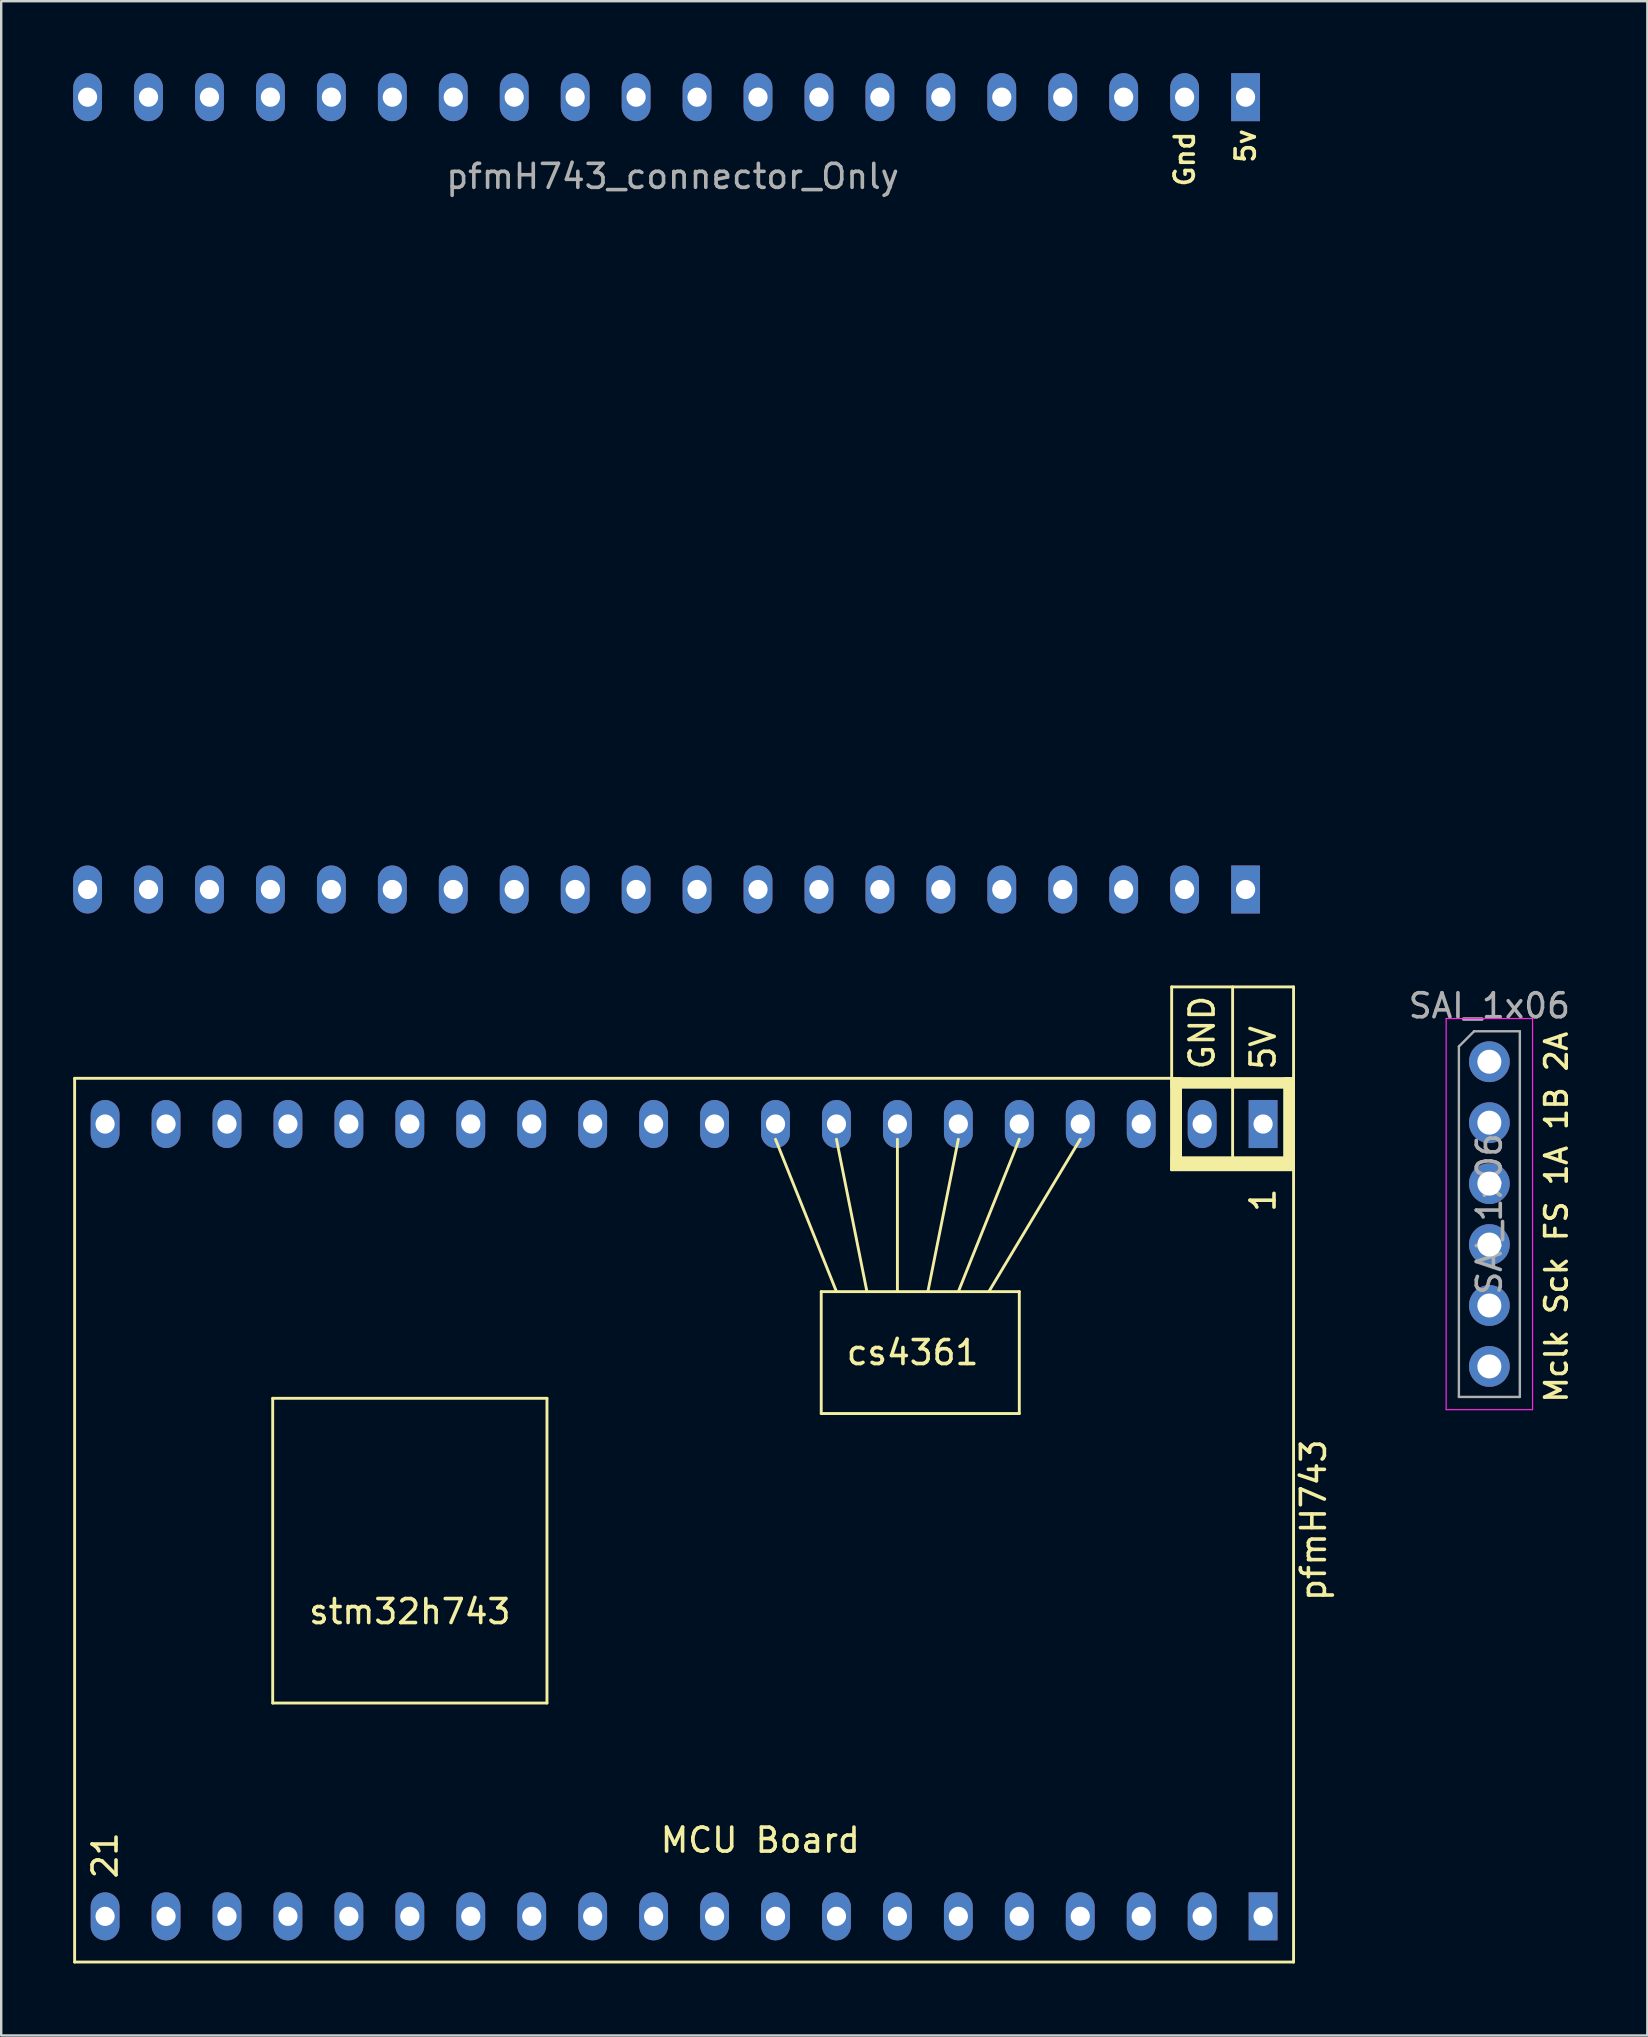
<source format=kicad_pcb>
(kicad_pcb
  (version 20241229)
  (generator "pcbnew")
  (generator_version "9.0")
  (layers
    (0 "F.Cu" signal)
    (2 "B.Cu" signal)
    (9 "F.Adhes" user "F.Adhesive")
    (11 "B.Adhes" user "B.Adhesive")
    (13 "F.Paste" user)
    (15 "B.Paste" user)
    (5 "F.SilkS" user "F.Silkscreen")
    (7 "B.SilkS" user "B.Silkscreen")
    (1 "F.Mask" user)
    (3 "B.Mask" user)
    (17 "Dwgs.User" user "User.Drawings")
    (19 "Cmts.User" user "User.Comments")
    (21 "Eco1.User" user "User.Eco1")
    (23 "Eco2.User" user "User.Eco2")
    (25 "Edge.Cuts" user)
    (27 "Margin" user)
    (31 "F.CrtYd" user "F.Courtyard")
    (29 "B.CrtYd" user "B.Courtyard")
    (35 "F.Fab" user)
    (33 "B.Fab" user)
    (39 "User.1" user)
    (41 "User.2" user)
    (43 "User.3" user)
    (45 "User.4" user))
  (footprint "pfmH743"
    (layer "F.Cu")
    (at 0.695 42.525)
    (property "Reference" "pfmH743" (at 50.995 17.78 270) (layer "F.SilkS") (effects (font (size 1 1) (thickness 0.15))))
    (attr through_hole)
    (fp_line (start -0.635 -0.635) (end 45.085 -0.635) (stroke (width 0.12) (type solid)) (layer "F.SilkS"))
    (fp_line (start -0.635 36.195) (end -0.635 -0.635) (stroke (width 0.12) (type solid)) (layer "F.SilkS"))
    (fp_line (start 7.62 12.7) (end 7.62 25.4) (stroke (width 0.12) (type solid)) (layer "F.SilkS"))
    (fp_line (start 7.62 25.4) (end 19.05 25.4) (stroke (width 0.12) (type solid)) (layer "F.SilkS"))
    (fp_line (start 19.05 12.7) (end 7.62 12.7) (stroke (width 0.12) (type solid)) (layer "F.SilkS"))
    (fp_line (start 19.05 25.4) (end 19.05 12.7) (stroke (width 0.12) (type solid)) (layer "F.SilkS"))
    (fp_line (start 30.48 8.255) (end 30.48 13.335) (stroke (width 0.12) (type solid)) (layer "F.SilkS"))
    (fp_line (start 30.48 13.335) (end 38.735 13.335) (stroke (width 0.12) (type solid)) (layer "F.SilkS"))
    (fp_line (start 31.115 8.255) (end 28.575 1.905) (stroke (width 0.12) (type solid)) (layer "F.SilkS"))
    (fp_line (start 32.385 8.255) (end 31.115 1.905) (stroke (width 0.12) (type solid)) (layer "F.SilkS"))
    (fp_line (start 33.655 8.255) (end 33.655 1.905) (stroke (width 0.12) (type solid)) (layer "F.SilkS"))
    (fp_line (start 34.925 8.255) (end 36.195 1.905) (stroke (width 0.12) (type solid)) (layer "F.SilkS"))
    (fp_line (start 36.195 8.255) (end 38.735 1.905) (stroke (width 0.12) (type solid)) (layer "F.SilkS"))
    (fp_line (start 37.465 8.255) (end 41.275 1.905) (stroke (width 0.12) (type solid)) (layer "F.SilkS"))
    (fp_line (start 38.735 8.255) (end 30.48 8.255) (stroke (width 0.12) (type solid)) (layer "F.SilkS"))
    (fp_line (start 38.735 13.335) (end 38.735 8.255) (stroke (width 0.12) (type solid)) (layer "F.SilkS"))
    (fp_line (start 45.085 -4.445) (end 45.085 3.175) (stroke (width 0.12) (type solid)) (layer "F.SilkS"))
    (fp_line (start 45.085 3.175) (end 50.165 3.175) (stroke (width 0.12) (type solid)) (layer "F.SilkS"))
    (fp_line (start 47.625 3.048) (end 47.625 -4.445) (stroke (width 0.12) (type solid)) (layer "F.SilkS"))
    (fp_line (start 50.165 -4.445) (end 45.085 -4.445) (stroke (width 0.12) (type solid)) (layer "F.SilkS"))
    (fp_line (start 50.165 -0.635) (end 50.165 -4.445) (stroke (width 0.12) (type solid)) (layer "F.SilkS"))
    (fp_line (start 50.165 -0.635) (end 50.165 36.195) (stroke (width 0.12) (type solid)) (layer "F.SilkS"))
    (fp_line (start 50.165 36.195) (end -0.635 36.195) (stroke (width 0.12) (type solid)) (layer "F.SilkS"))
    (fp_poly (pts (xy 45.466 3.175) (xy 45.085 3.175) (xy 45.085 -0.635) (xy 45.466 -0.635)) (stroke (width 0.1) (type solid)) (fill yes) (layer "F.SilkS"))
    (fp_poly (pts (xy 50.165 -0.254) (xy 45.085 -0.254) (xy 45.085 -0.635) (xy 50.165 -0.635)) (stroke (width 0.1) (type solid)) (fill yes) (layer "F.SilkS"))
    (fp_poly (pts (xy 50.165 3.175) (xy 45.085 3.175) (xy 45.085 2.667) (xy 50.165 2.667)) (stroke (width 0.1) (type solid)) (fill yes) (layer "F.SilkS"))
    (fp_poly (pts (xy 50.165 3.175) (xy 49.784 3.175) (xy 49.784 -0.635) (xy 50.165 -0.635)) (stroke (width 0.1) (type solid)) (fill yes) (layer "F.SilkS"))
    (fp_text user "5V" (at 48.895 -1.905 90) (layer "F.SilkS") (effects (font (size 1 1) (thickness 0.15))))
    (fp_text user "MCU Board" (at 27.94 31.115 180) (layer "F.SilkS") (effects (font (size 1 1) (thickness 0.15))))
    (fp_text user "GND" (at 46.355 -2.54 90) (layer "F.SilkS") (effects (font (size 1 1) (thickness 0.15))))
    (fp_text user "21" (at 0.635 31.75 90) (layer "F.SilkS") (effects (font (size 1 1) (thickness 0.15))))
    (fp_text user "1" (at 48.895 4.445 270) (layer "F.SilkS") (effects (font (size 1 1) (thickness 0.15))))
    (fp_text user "stm32h743" (at 13.335 21.59 180) (layer "F.SilkS") (effects (font (size 1 1) (thickness 0.15))))
    (fp_text user "cs4361" (at 34.29 10.795 180) (layer "F.SilkS") (effects (font (size 1 1) (thickness 0.15))))
    (pad "1" thru_hole rect (at 48.895 1.27 180) (size 1.2 2) (drill 0.8) (layers "*.Cu" "*.Mask"))
    (pad "2" thru_hole oval (at 46.355 1.27 180) (size 1.2 2) (drill 0.8) (layers "*.Cu" "*.Mask"))
    (pad "3" thru_hole oval (at 43.815 1.27 180) (size 1.2 2) (drill 0.8) (layers "*.Cu" "*.Mask"))
    (pad "4" thru_hole oval (at 41.275 1.27 180) (size 1.2 2) (drill 0.8) (layers "*.Cu" "*.Mask"))
    (pad "5" thru_hole oval (at 38.735 1.27 180) (size 1.2 2) (drill 0.8) (layers "*.Cu" "*.Mask"))
    (pad "6" thru_hole oval (at 36.195 1.27 180) (size 1.2 2) (drill 0.8) (layers "*.Cu" "*.Mask"))
    (pad "7" thru_hole oval (at 33.655 1.27 180) (size 1.2 2) (drill 0.8) (layers "*.Cu" "*.Mask"))
    (pad "8" thru_hole oval (at 31.115 1.27 180) (size 1.2 2) (drill 0.8) (layers "*.Cu" "*.Mask"))
    (pad "9" thru_hole oval (at 28.575 1.27 180) (size 1.2 2) (drill 0.8) (layers "*.Cu" "*.Mask"))
    (pad "10" thru_hole oval (at 26.035 1.27 180) (size 1.2 2) (drill 0.8) (layers "*.Cu" "*.Mask"))
    (pad "11" thru_hole oval (at 23.495 1.27 180) (size 1.2 2) (drill 0.8) (layers "*.Cu" "*.Mask"))
    (pad "12" thru_hole oval (at 20.955 1.27 180) (size 1.2 2) (drill 0.8) (layers "*.Cu" "*.Mask"))
    (pad "13" thru_hole oval (at 18.415 1.27 180) (size 1.2 2) (drill 0.8) (layers "*.Cu" "*.Mask"))
    (pad "14" thru_hole oval (at 15.875 1.27 180) (size 1.2 2) (drill 0.8) (layers "*.Cu" "*.Mask"))
    (pad "15" thru_hole oval (at 13.335 1.27 180) (size 1.2 2) (drill 0.8) (layers "*.Cu" "*.Mask"))
    (pad "16" thru_hole oval (at 10.795 1.27 180) (size 1.2 2) (drill 0.8) (layers "*.Cu" "*.Mask"))
    (pad "17" thru_hole oval (at 8.255 1.27 180) (size 1.2 2) (drill 0.8) (layers "*.Cu" "*.Mask"))
    (pad "18" thru_hole oval (at 5.715 1.27 180) (size 1.2 2) (drill 0.8) (layers "*.Cu" "*.Mask"))
    (pad "19" thru_hole oval (at 3.175 1.27 180) (size 1.2 2) (drill 0.8) (layers "*.Cu" "*.Mask"))
    (pad "20" thru_hole oval (at 0.635 1.27 180) (size 1.2 2) (drill 0.8) (layers "*.Cu" "*.Mask"))
    (pad "21" thru_hole oval (at 0.635 34.29 180) (size 1.2 2) (drill 0.8) (layers "*.Cu" "*.Mask"))
    (pad "22" thru_hole oval (at 3.175 34.29 180) (size 1.2 2) (drill 0.8) (layers "*.Cu" "*.Mask"))
    (pad "23" thru_hole oval (at 5.715 34.29 180) (size 1.2 2) (drill 0.8) (layers "*.Cu" "*.Mask"))
    (pad "24" thru_hole oval (at 8.255 34.29 180) (size 1.2 2) (drill 0.8) (layers "*.Cu" "*.Mask"))
    (pad "25" thru_hole oval (at 10.795 34.29 180) (size 1.2 2) (drill 0.8) (layers "*.Cu" "*.Mask"))
    (pad "26" thru_hole oval (at 13.335 34.29 180) (size 1.2 2) (drill 0.8) (layers "*.Cu" "*.Mask"))
    (pad "27" thru_hole oval (at 15.875 34.29 180) (size 1.2 2) (drill 0.8) (layers "*.Cu" "*.Mask"))
    (pad "28" thru_hole oval (at 18.415 34.29 180) (size 1.2 2) (drill 0.8) (layers "*.Cu" "*.Mask"))
    (pad "29" thru_hole oval (at 20.955 34.29 180) (size 1.2 2) (drill 0.8) (layers "*.Cu" "*.Mask"))
    (pad "30" thru_hole oval (at 23.495 34.29 180) (size 1.2 2) (drill 0.8) (layers "*.Cu" "*.Mask"))
    (pad "31" thru_hole oval (at 26.035 34.29 180) (size 1.2 2) (drill 0.8) (layers "*.Cu" "*.Mask"))
    (pad "32" thru_hole oval (at 28.575 34.29 180) (size 1.2 2) (drill 0.8) (layers "*.Cu" "*.Mask"))
    (pad "33" thru_hole oval (at 31.115 34.29 180) (size 1.2 2) (drill 0.8) (layers "*.Cu" "*.Mask"))
    (pad "34" thru_hole oval (at 33.655 34.29 180) (size 1.2 2) (drill 0.8) (layers "*.Cu" "*.Mask"))
    (pad "35" thru_hole oval (at 36.195 34.29 180) (size 1.2 2) (drill 0.8) (layers "*.Cu" "*.Mask"))
    (pad "36" thru_hole oval (at 38.735 34.29 180) (size 1.2 2) (drill 0.8) (layers "*.Cu" "*.Mask"))
    (pad "37" thru_hole oval (at 41.275 34.29 180) (size 1.2 2) (drill 0.8) (layers "*.Cu" "*.Mask"))
    (pad "38" thru_hole oval (at 43.815 34.29 180) (size 1.2 2) (drill 0.8) (layers "*.Cu" "*.Mask"))
    (pad "39" thru_hole oval (at 46.355 34.29 180) (size 1.2 2) (drill 0.8) (layers "*.Cu" "*.Mask"))
    (pad "40" thru_hole rect (at 48.895 34.29 180) (size 1.2 2) (drill 0.8) (layers "*.Cu" "*.Mask")))
  (footprint "SAI_1x06"
    (layer "F.Cu")
    (at 59.02 41.198)
    (property "Reference" "SAI_1x06" (at 0 -2.33 0) (layer "F.Fab") (effects (font (size 1 1) (thickness 0.15))))
    (attr through_hole)
    (fp_line (start -1.8 -1.8) (end -1.8 14.5) (stroke (width 0.05) (type solid)) (layer "F.CrtYd"))
    (fp_line (start -1.8 14.5) (end 1.8 14.5) (stroke (width 0.05) (type solid)) (layer "F.CrtYd"))
    (fp_line (start 1.8 -1.8) (end -1.8 -1.8) (stroke (width 0.05) (type solid)) (layer "F.CrtYd"))
    (fp_line (start 1.8 14.5) (end 1.8 -1.8) (stroke (width 0.05) (type solid)) (layer "F.CrtYd"))
    (fp_line (start -1.27 -0.635) (end -0.635 -1.27) (stroke (width 0.1) (type solid)) (layer "F.Fab"))
    (fp_line (start -1.27 13.97) (end -1.27 -0.635) (stroke (width 0.1) (type solid)) (layer "F.Fab"))
    (fp_line (start -0.635 -1.27) (end 1.27 -1.27) (stroke (width 0.1) (type solid)) (layer "F.Fab"))
    (fp_line (start 1.27 -1.27) (end 1.27 13.97) (stroke (width 0.1) (type solid)) (layer "F.Fab"))
    (fp_line (start 1.27 13.97) (end -1.27 13.97) (stroke (width 0.1) (type solid)) (layer "F.Fab"))
    (fp_text user "Mclk Sck FS 1A 1B 2A" (at 2.794 6.477 90) (layer "F.SilkS") (effects (font (size 0.9 0.9) (thickness 0.15))))
    (fp_text user "${REFERENCE}" (at 0 6.35 270) (layer "F.Fab") (effects (font (size 1 1) (thickness 0.15))))
    (pad "1" thru_hole oval (at 0 0) (size 1.7 1.7) (drill 1) (layers "*.Cu" "*.Mask"))
    (pad "2" thru_hole oval (at 0 2.54) (size 1.7 1.7) (drill 1) (layers "*.Cu" "*.Mask"))
    (pad "3" thru_hole oval (at 0 5.08) (size 1.7 1.7) (drill 1) (layers "*.Cu" "*.Mask"))
    (pad "4" thru_hole oval (at 0 7.62) (size 1.7 1.7) (drill 1) (layers "*.Cu" "*.Mask"))
    (pad "5" thru_hole oval (at 0 10.16) (size 1.7 1.7) (drill 1) (layers "*.Cu" "*.Mask"))
    (pad "6" thru_hole oval (at 0 12.7) (size 1.7 1.7) (drill 1) (layers "*.Cu" "*.Mask")))
  (footprint "pfmH743_connector_Only"
    (layer "F.Cu")
    (at 13.935 11.795)
    (property "Reference" "pfmH743_connector_Only" (at 11.049 -7.493 0) (layer "F.Fab") (effects (font (size 1 1) (thickness 0.15))))
    (attr through_hole)
    (fp_text user "5v" (at 34.925 -8.763 90) (layer "F.SilkS") (effects (font (size 0.8 0.8) (thickness 0.15))))
    (fp_text user "Gnd" (at 32.385 -8.215 90) (layer "F.SilkS") (effects (font (size 0.8 0.8) (thickness 0.15))))
    (pad "1" thru_hole rect (at 34.925 -10.795 180) (size 1.2 2) (drill 0.8) (layers "*.Cu" "*.Mask"))
    (pad "2" thru_hole oval (at 32.385 -10.795 180) (size 1.2 2) (drill 0.8) (layers "*.Cu" "*.Mask"))
    (pad "3" thru_hole oval (at 29.845 -10.795 180) (size 1.2 2) (drill 0.8) (layers "*.Cu" "*.Mask"))
    (pad "4" thru_hole oval (at 27.305 -10.795 180) (size 1.2 2) (drill 0.8) (layers "*.Cu" "*.Mask"))
    (pad "5" thru_hole oval (at 24.765 -10.795 180) (size 1.2 2) (drill 0.8) (layers "*.Cu" "*.Mask"))
    (pad "6" thru_hole oval (at 22.225 -10.795 180) (size 1.2 2) (drill 0.8) (layers "*.Cu" "*.Mask"))
    (pad "7" thru_hole oval (at 19.685 -10.795 180) (size 1.2 2) (drill 0.8) (layers "*.Cu" "*.Mask"))
    (pad "8" thru_hole oval (at 17.145 -10.795 180) (size 1.2 2) (drill 0.8) (layers "*.Cu" "*.Mask"))
    (pad "9" thru_hole oval (at 14.605 -10.795 180) (size 1.2 2) (drill 0.8) (layers "*.Cu" "*.Mask"))
    (pad "10" thru_hole oval (at 12.065 -10.795 180) (size 1.2 2) (drill 0.8) (layers "*.Cu" "*.Mask"))
    (pad "11" thru_hole oval (at 9.525 -10.795 180) (size 1.2 2) (drill 0.8) (layers "*.Cu" "*.Mask"))
    (pad "12" thru_hole oval (at 6.985 -10.795 180) (size 1.2 2) (drill 0.8) (layers "*.Cu" "*.Mask"))
    (pad "13" thru_hole oval (at 4.445 -10.795 180) (size 1.2 2) (drill 0.8) (layers "*.Cu" "*.Mask"))
    (pad "14" thru_hole oval (at 1.905 -10.795 180) (size 1.2 2) (drill 0.8) (layers "*.Cu" "*.Mask"))
    (pad "15" thru_hole oval (at -0.635 -10.795 180) (size 1.2 2) (drill 0.8) (layers "*.Cu" "*.Mask"))
    (pad "16" thru_hole oval (at -3.175 -10.795 180) (size 1.2 2) (drill 0.8) (layers "*.Cu" "*.Mask"))
    (pad "17" thru_hole oval (at -5.715 -10.795 180) (size 1.2 2) (drill 0.8) (layers "*.Cu" "*.Mask"))
    (pad "18" thru_hole oval (at -8.255 -10.795 180) (size 1.2 2) (drill 0.8) (layers "*.Cu" "*.Mask"))
    (pad "19" thru_hole oval (at -10.795 -10.795 180) (size 1.2 2) (drill 0.8) (layers "*.Cu" "*.Mask"))
    (pad "20" thru_hole oval (at -13.335 -10.795 180) (size 1.2 2) (drill 0.8) (layers "*.Cu" "*.Mask"))
    (pad "21" thru_hole oval (at -13.335 22.225 180) (size 1.2 2) (drill 0.8) (layers "*.Cu" "*.Mask"))
    (pad "22" thru_hole oval (at -10.795 22.225 180) (size 1.2 2) (drill 0.8) (layers "*.Cu" "*.Mask"))
    (pad "23" thru_hole oval (at -8.255 22.225 180) (size 1.2 2) (drill 0.8) (layers "*.Cu" "*.Mask"))
    (pad "24" thru_hole oval (at -5.715 22.225 180) (size 1.2 2) (drill 0.8) (layers "*.Cu" "*.Mask"))
    (pad "25" thru_hole oval (at -3.175 22.225 180) (size 1.2 2) (drill 0.8) (layers "*.Cu" "*.Mask"))
    (pad "26" thru_hole oval (at -0.635 22.225 180) (size 1.2 2) (drill 0.8) (layers "*.Cu" "*.Mask"))
    (pad "27" thru_hole oval (at 1.905 22.225 180) (size 1.2 2) (drill 0.8) (layers "*.Cu" "*.Mask"))
    (pad "28" thru_hole oval (at 4.445 22.225 180) (size 1.2 2) (drill 0.8) (layers "*.Cu" "*.Mask"))
    (pad "29" thru_hole oval (at 6.985 22.225 180) (size 1.2 2) (drill 0.8) (layers "*.Cu" "*.Mask"))
    (pad "30" thru_hole oval (at 9.525 22.225 180) (size 1.2 2) (drill 0.8) (layers "*.Cu" "*.Mask"))
    (pad "31" thru_hole oval (at 12.065 22.225 180) (size 1.2 2) (drill 0.8) (layers "*.Cu" "*.Mask"))
    (pad "32" thru_hole oval (at 14.605 22.225 180) (size 1.2 2) (drill 0.8) (layers "*.Cu" "*.Mask"))
    (pad "33" thru_hole oval (at 17.145 22.225 180) (size 1.2 2) (drill 0.8) (layers "*.Cu" "*.Mask"))
    (pad "34" thru_hole oval (at 19.685 22.225 180) (size 1.2 2) (drill 0.8) (layers "*.Cu" "*.Mask"))
    (pad "35" thru_hole oval (at 22.225 22.225 180) (size 1.2 2) (drill 0.8) (layers "*.Cu" "*.Mask"))
    (pad "36" thru_hole oval (at 24.765 22.225 180) (size 1.2 2) (drill 0.8) (layers "*.Cu" "*.Mask"))
    (pad "37" thru_hole oval (at 27.305 22.225 180) (size 1.2 2) (drill 0.8) (layers "*.Cu" "*.Mask"))
    (pad "38" thru_hole oval (at 29.845 22.225 180) (size 1.2 2) (drill 0.8) (layers "*.Cu" "*.Mask"))
    (pad "39" thru_hole oval (at 32.385 22.225 180) (size 1.2 2) (drill 0.8) (layers "*.Cu" "*.Mask"))
    (pad "40" thru_hole rect (at 34.925 22.225 180) (size 1.2 2) (drill 0.8) (layers "*.Cu" "*.Mask")))
  (gr_rect
    (start -3 -3)
    (end 65.604 81.78)
    (stroke (width 0.1) (type default))
    (fill no)
    (layer "Edge.Cuts")))
</source>
